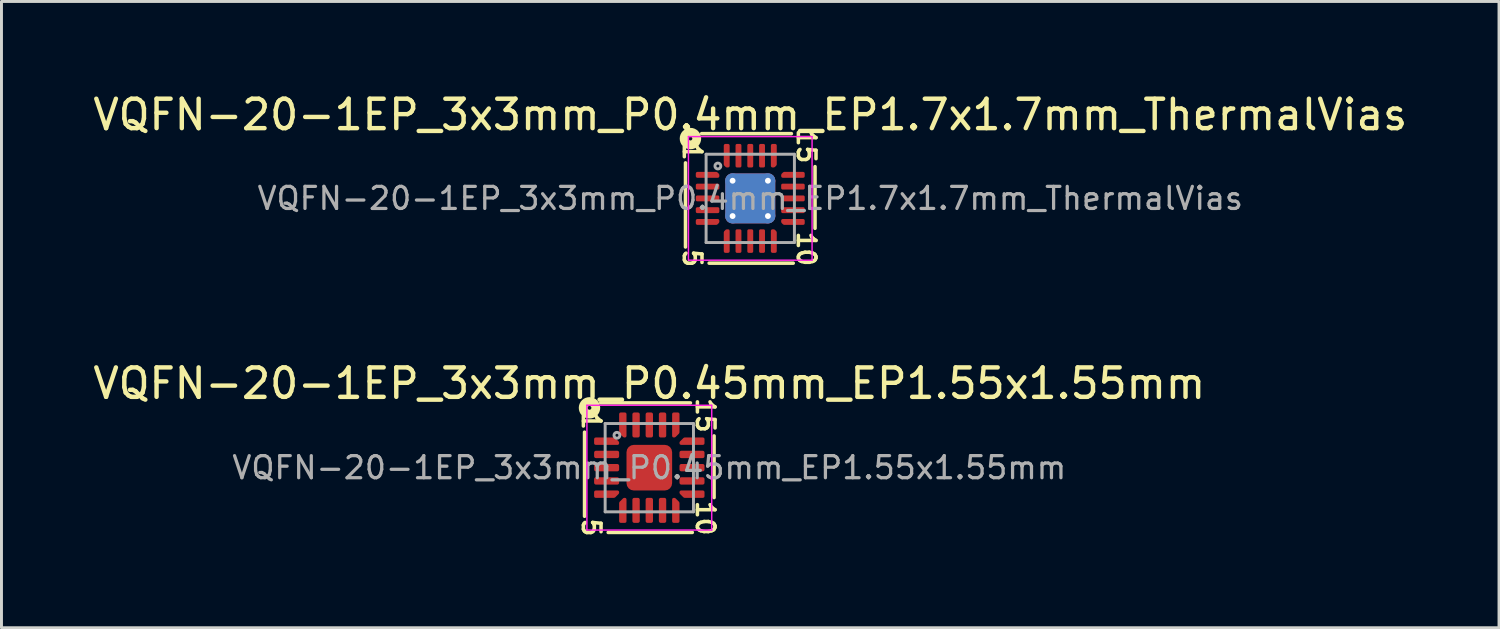
<source format=kicad_pcb>
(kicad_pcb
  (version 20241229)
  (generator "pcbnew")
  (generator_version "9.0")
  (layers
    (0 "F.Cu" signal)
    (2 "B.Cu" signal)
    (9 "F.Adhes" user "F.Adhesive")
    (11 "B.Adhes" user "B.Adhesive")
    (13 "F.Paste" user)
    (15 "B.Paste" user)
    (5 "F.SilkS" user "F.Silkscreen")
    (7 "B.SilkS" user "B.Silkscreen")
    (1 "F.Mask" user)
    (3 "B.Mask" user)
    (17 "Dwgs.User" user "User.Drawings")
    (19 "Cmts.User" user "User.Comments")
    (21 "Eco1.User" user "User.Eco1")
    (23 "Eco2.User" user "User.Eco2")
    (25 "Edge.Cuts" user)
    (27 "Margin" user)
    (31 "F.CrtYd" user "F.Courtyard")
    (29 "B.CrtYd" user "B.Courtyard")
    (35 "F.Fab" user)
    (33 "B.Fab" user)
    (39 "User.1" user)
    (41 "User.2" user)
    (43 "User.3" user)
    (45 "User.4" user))
  (footprint "VQFN-20-1EP_3x3mm_P0.4mm_EP1.7x1.7mm_ThermalVias"
    (layer "F.Cu")
    (at 22.435 3.689)
    (property "Reference" "VQFN-20-1EP_3x3mm_P0.4mm_EP1.7x1.7mm_ThermalVias" (at 0 -2.841 0) (layer "F.SilkS") (effects (font (size 1 1) (thickness 0.15))))
    (attr smd)
    (fp_line (start -2.2 -1.206) (end -2.2 1.651) (stroke (width 0.12) (type solid)) (layer "F.SilkS"))
    (fp_line (start -1.397 2.2) (end 1.46 2.2) (stroke (width 0.12) (type solid)) (layer "F.SilkS"))
    (fp_line (start 1.397 -2.2) (end -1.651 -2.2) (stroke (width 0.12) (type solid)) (layer "F.SilkS"))
    (fp_line (start 2.2 1.016) (end 2.2 -1.079) (stroke (width 0.12) (type solid)) (layer "F.SilkS"))
    (fp_circle (center -2.032 -2.032) (end -1.968 -2.032) (stroke (width 0.3) (type solid)) (fill no) (layer "F.SilkS"))
    (fp_line (start -2.1 -2.1) (end -2.1 2.1) (stroke (width 0.05) (type solid)) (layer "F.CrtYd"))
    (fp_line (start -2.1 2.1) (end 2.1 2.1) (stroke (width 0.05) (type solid)) (layer "F.CrtYd"))
    (fp_line (start 2.1 -2.1) (end -2.1 -2.1) (stroke (width 0.05) (type solid)) (layer "F.CrtYd"))
    (fp_line (start 2.1 2.1) (end 2.1 -2.1) (stroke (width 0.05) (type solid)) (layer "F.CrtYd"))
    (fp_line (start -1.5 -1.5) (end 1.5 -1.5) (stroke (width 0.1) (type solid)) (layer "F.Fab"))
    (fp_line (start -1.5 1.5) (end -1.5 -1.5) (stroke (width 0.1) (type solid)) (layer "F.Fab"))
    (fp_line (start 1.5 -1.5) (end 1.5 1.5) (stroke (width 0.1) (type solid)) (layer "F.Fab"))
    (fp_line (start 1.5 1.5) (end -1.5 1.5) (stroke (width 0.1) (type solid)) (layer "F.Fab"))
    (fp_circle (center -1.1 -1.1) (end -1 -1.1) (stroke (width 0.1) (type solid)) (fill no) (layer "F.Fab"))
    (fp_text user "10" (at 1.905 1.714 270) (unlocked yes) (layer "F.SilkS") (effects (font (size 0.6 0.6) (thickness 0.12))))
    (fp_text user "1" (at -1.968 -1.587 270) (unlocked yes) (layer "F.SilkS") (effects (font (size 0.6 0.6) (thickness 0.12))))
    (fp_text user "15" (at 1.905 -1.778 270) (unlocked yes) (layer "F.SilkS") (effects (font (size 0.6 0.6) (thickness 0.12))))
    (fp_text user "5" (at -1.968 2.032 270) (unlocked yes) (layer "F.SilkS") (effects (font (size 0.6 0.6) (thickness 0.12))))
    (fp_text user "${REFERENCE}" (at 0 0 0) (layer "F.Fab") (effects (font (size 0.75 0.75) (thickness 0.11))))
    (pad "" smd roundrect (at -0.425 -0.425) (size 0.74 0.74) (layers "F.Paste") (roundrect_rratio 0.25))
    (pad "" smd roundrect (at -0.425 0.425) (size 0.74 0.74) (layers "F.Paste") (roundrect_rratio 0.25))
    (pad "" smd roundrect (at 0.425 -0.425) (size 0.74 0.74) (layers "F.Paste") (roundrect_rratio 0.25))
    (pad "" smd roundrect (at 0.425 0.425) (size 0.74 0.74) (layers "F.Paste") (roundrect_rratio 0.25))
    (pad "1" smd custom (at -1.45 -0.8) (size 0.143 0.143) (layers "F.Cu" "F.Mask" "F.Paste") (options (anchor circle)) (primitives (gr_poly (pts (xy 0.35 0.001) (xy 0.35 0.05) (xy -0.35 0.05) (xy -0.35 -0.05) (xy 0.299 -0.05)) (width 0.1) (fill yes))))
    (pad "2" smd roundrect (at -1.45 -0.4) (size 0.8 0.2) (layers "F.Cu" "F.Mask" "F.Paste") (roundrect_rratio 0.25))
    (pad "3" smd roundrect (at -1.45 0) (size 0.8 0.2) (layers "F.Cu" "F.Mask" "F.Paste") (roundrect_rratio 0.25))
    (pad "4" smd roundrect (at -1.45 0.4) (size 0.8 0.2) (layers "F.Cu" "F.Mask" "F.Paste") (roundrect_rratio 0.25))
    (pad "5" smd custom (at -1.45 0.8) (size 0.143 0.143) (layers "F.Cu" "F.Mask" "F.Paste") (options (anchor circle)) (primitives (gr_poly (pts (xy 0.35 -0.001) (xy 0.299 0.05) (xy -0.35 0.05) (xy -0.35 -0.05) (xy 0.35 -0.05)) (width 0.1) (fill yes))))
    (pad "6" smd custom (at -0.8 1.45) (size 0.143 0.143) (layers "F.Cu" "F.Mask" "F.Paste") (options (anchor circle)) (primitives (gr_poly (pts (xy 0.05 0.35) (xy -0.05 0.35) (xy -0.05 -0.299) (xy 0.001 -0.35) (xy 0.05 -0.35)) (width 0.1) (fill yes))))
    (pad "7" smd roundrect (at -0.4 1.45) (size 0.2 0.8) (layers "F.Cu" "F.Mask" "F.Paste") (roundrect_rratio 0.25))
    (pad "8" smd roundrect (at 0 1.45) (size 0.2 0.8) (layers "F.Cu" "F.Mask" "F.Paste") (roundrect_rratio 0.25))
    (pad "9" smd roundrect (at 0.4 1.45) (size 0.2 0.8) (layers "F.Cu" "F.Mask" "F.Paste") (roundrect_rratio 0.25))
    (pad "10" smd custom (at 0.8 1.45) (size 0.143 0.143) (layers "F.Cu" "F.Mask" "F.Paste") (options (anchor circle)) (primitives (gr_poly (pts (xy 0.05 -0.299) (xy 0.05 0.35) (xy -0.05 0.35) (xy -0.05 -0.35) (xy -0.001 -0.35)) (width 0.1) (fill yes))))
    (pad "11" smd custom (at 1.45 0.8) (size 0.143 0.143) (layers "F.Cu" "F.Mask" "F.Paste") (options (anchor circle)) (primitives (gr_poly (pts (xy 0.35 0.05) (xy -0.299 0.05) (xy -0.35 -0.001) (xy -0.35 -0.05) (xy 0.35 -0.05)) (width 0.1) (fill yes))))
    (pad "12" smd roundrect (at 1.45 0.4) (size 0.8 0.2) (layers "F.Cu" "F.Mask" "F.Paste") (roundrect_rratio 0.25))
    (pad "13" smd roundrect (at 1.45 0) (size 0.8 0.2) (layers "F.Cu" "F.Mask" "F.Paste") (roundrect_rratio 0.25))
    (pad "14" smd roundrect (at 1.45 -0.4) (size 0.8 0.2) (layers "F.Cu" "F.Mask" "F.Paste") (roundrect_rratio 0.25))
    (pad "15" smd custom (at 1.45 -0.8) (size 0.143 0.143) (layers "F.Cu" "F.Mask" "F.Paste") (options (anchor circle)) (primitives (gr_poly (pts (xy 0.35 0.05) (xy -0.35 0.05) (xy -0.35 0.001) (xy -0.299 -0.05) (xy 0.35 -0.05)) (width 0.1) (fill yes))))
    (pad "16" smd custom (at 0.8 -1.45) (size 0.143 0.143) (layers "F.Cu" "F.Mask" "F.Paste") (options (anchor circle)) (primitives (gr_poly (pts (xy 0.05 0.299) (xy -0.001 0.35) (xy -0.05 0.35) (xy -0.05 -0.35) (xy 0.05 -0.35)) (width 0.1) (fill yes))))
    (pad "17" smd roundrect (at 0.4 -1.45) (size 0.2 0.8) (layers "F.Cu" "F.Mask" "F.Paste") (roundrect_rratio 0.25))
    (pad "18" smd roundrect (at 0 -1.45) (size 0.2 0.8) (layers "F.Cu" "F.Mask" "F.Paste") (roundrect_rratio 0.25))
    (pad "19" smd roundrect (at -0.4 -1.45) (size 0.2 0.8) (layers "F.Cu" "F.Mask" "F.Paste") (roundrect_rratio 0.25))
    (pad "20" smd custom (at -0.8 -1.45) (size 0.143 0.143) (layers "F.Cu" "F.Mask" "F.Paste") (options (anchor circle)) (primitives (gr_poly (pts (xy 0.05 0.35) (xy 0.001 0.35) (xy -0.05 0.299) (xy -0.05 -0.35) (xy 0.05 -0.35)) (width 0.1) (fill yes))))
    (pad "21" thru_hole circle (at -0.6 -0.6) (size 0.5 0.5) (drill 0.2) (property pad_prop_heatsink) (layers "*.Cu"))
    (pad "21" thru_hole circle (at -0.6 0.6) (size 0.5 0.5) (drill 0.2) (property pad_prop_heatsink) (layers "*.Cu"))
    (pad "21" smd roundrect (at 0 0) (size 1.7 1.7) (layers "F.Cu" "F.Mask") (roundrect_rratio 0.147))
    (pad "21" smd roundrect (at 0 0) (size 1.7 1.7) (layers "B.Cu" "B.Mask") (roundrect_rratio 0.147))
    (pad "21" thru_hole circle (at 0.6 -0.6) (size 0.5 0.5) (drill 0.2) (property pad_prop_heatsink) (layers "*.Cu"))
    (pad "21" thru_hole circle (at 0.6 0.6) (size 0.5 0.5) (drill 0.2) (property pad_prop_heatsink) (layers "*.Cu")))
  (footprint "VQFN-20-1EP_3x3mm_P0.45mm_EP1.55x1.55mm"
    (layer "F.Cu")
    (at 19.006 12.836)
    (property "Reference" "VQFN-20-1EP_3x3mm_P0.45mm_EP1.55x1.55mm" (at 0 -2.861 0) (layer "F.SilkS") (effects (font (size 1 1) (thickness 0.15))))
    (attr smd)
    (fp_line (start -2.2 -1.206) (end -2.2 1.651) (stroke (width 0.12) (type solid)) (layer "F.SilkS"))
    (fp_line (start -1.397 2.2) (end 1.46 2.2) (stroke (width 0.12) (type solid)) (layer "F.SilkS"))
    (fp_line (start 1.397 -2.2) (end -1.651 -2.2) (stroke (width 0.12) (type solid)) (layer "F.SilkS"))
    (fp_line (start 2.2 1.016) (end 2.2 -1.079) (stroke (width 0.12) (type solid)) (layer "F.SilkS"))
    (fp_circle (center -2.032 -2.032) (end -1.968 -2.032) (stroke (width 0.3) (type solid)) (fill no) (layer "F.SilkS"))
    (fp_line (start -2.12 -2.12) (end -2.12 2.12) (stroke (width 0.05) (type solid)) (layer "F.CrtYd"))
    (fp_line (start -2.12 2.12) (end 2.12 2.12) (stroke (width 0.05) (type solid)) (layer "F.CrtYd"))
    (fp_line (start 2.12 -2.12) (end -2.12 -2.12) (stroke (width 0.05) (type solid)) (layer "F.CrtYd"))
    (fp_line (start 2.12 2.12) (end 2.12 -2.12) (stroke (width 0.05) (type solid)) (layer "F.CrtYd"))
    (fp_line (start -1.5 -1.5) (end 1.5 -1.5) (stroke (width 0.1) (type solid)) (layer "F.Fab"))
    (fp_line (start -1.5 1.5) (end -1.5 -1.5) (stroke (width 0.1) (type solid)) (layer "F.Fab"))
    (fp_line (start 1.5 -1.5) (end 1.5 1.5) (stroke (width 0.1) (type solid)) (layer "F.Fab"))
    (fp_line (start 1.5 1.5) (end -1.5 1.5) (stroke (width 0.1) (type solid)) (layer "F.Fab"))
    (fp_circle (center -1.1 -1.1) (end -1 -1.1) (stroke (width 0.1) (type solid)) (fill no) (layer "F.Fab"))
    (fp_text user "10" (at 1.905 1.714 270) (unlocked yes) (layer "F.SilkS") (effects (font (size 0.6 0.6) (thickness 0.12))))
    (fp_text user "15" (at 1.905 -1.778 270) (unlocked yes) (layer "F.SilkS") (effects (font (size 0.6 0.6) (thickness 0.12))))
    (fp_text user "5" (at -1.968 2.032 270) (unlocked yes) (layer "F.SilkS") (effects (font (size 0.6 0.6) (thickness 0.12))))
    (fp_text user "1" (at -1.968 -1.587 270) (unlocked yes) (layer "F.SilkS") (effects (font (size 0.6 0.6) (thickness 0.12))))
    (fp_text user "${REFERENCE}" (at 0 0 0) (layer "F.Fab") (effects (font (size 0.75 0.75) (thickness 0.11))))
    (pad "" smd roundrect (at -0.39 -0.39) (size 0.62 0.62) (layers "F.Paste") (roundrect_rratio 0.25))
    (pad "" smd roundrect (at -0.39 0.39) (size 0.62 0.62) (layers "F.Paste") (roundrect_rratio 0.25))
    (pad "" smd roundrect (at 0.39 -0.39) (size 0.62 0.62) (layers "F.Paste") (roundrect_rratio 0.25))
    (pad "" smd roundrect (at 0.39 0.39) (size 0.62 0.62) (layers "F.Paste") (roundrect_rratio 0.25))
    (pad "1" smd custom (at -1.45 -0.9) (size 0.144 0.144) (layers "F.Cu" "F.Mask" "F.Paste") (options (anchor circle)) (primitives (gr_poly (pts (xy 0.375 0.046) (xy 0.375 0.075) (xy -0.375 0.075) (xy -0.375 -0.075) (xy 0.254 -0.075)) (width 0.1) (fill yes))))
    (pad "2" smd roundrect (at -1.45 -0.45) (size 0.85 0.25) (layers "F.Cu" "F.Mask" "F.Paste") (roundrect_rratio 0.25))
    (pad "3" smd roundrect (at -1.45 0) (size 0.85 0.25) (layers "F.Cu" "F.Mask" "F.Paste") (roundrect_rratio 0.25))
    (pad "4" smd roundrect (at -1.45 0.45) (size 0.85 0.25) (layers "F.Cu" "F.Mask" "F.Paste") (roundrect_rratio 0.25))
    (pad "5" smd custom (at -1.45 0.9) (size 0.144 0.144) (layers "F.Cu" "F.Mask" "F.Paste") (options (anchor circle)) (primitives (gr_poly (pts (xy 0.375 -0.046) (xy 0.254 0.075) (xy -0.375 0.075) (xy -0.375 -0.075) (xy 0.375 -0.075)) (width 0.1) (fill yes))))
    (pad "6" smd custom (at -0.9 1.45) (size 0.144 0.144) (layers "F.Cu" "F.Mask" "F.Paste") (options (anchor circle)) (primitives (gr_poly (pts (xy 0.075 0.375) (xy -0.075 0.375) (xy -0.075 -0.254) (xy 0.046 -0.375) (xy 0.075 -0.375)) (width 0.1) (fill yes))))
    (pad "7" smd roundrect (at -0.45 1.45) (size 0.25 0.85) (layers "F.Cu" "F.Mask" "F.Paste") (roundrect_rratio 0.25))
    (pad "8" smd roundrect (at 0 1.45) (size 0.25 0.85) (layers "F.Cu" "F.Mask" "F.Paste") (roundrect_rratio 0.25))
    (pad "9" smd roundrect (at 0.45 1.45) (size 0.25 0.85) (layers "F.Cu" "F.Mask" "F.Paste") (roundrect_rratio 0.25))
    (pad "10" smd custom (at 0.9 1.45) (size 0.144 0.144) (layers "F.Cu" "F.Mask" "F.Paste") (options (anchor circle)) (primitives (gr_poly (pts (xy 0.075 -0.254) (xy 0.075 0.375) (xy -0.075 0.375) (xy -0.075 -0.375) (xy -0.046 -0.375)) (width 0.1) (fill yes))))
    (pad "11" smd custom (at 1.45 0.9) (size 0.144 0.144) (layers "F.Cu" "F.Mask" "F.Paste") (options (anchor circle)) (primitives (gr_poly (pts (xy 0.375 0.075) (xy -0.254 0.075) (xy -0.375 -0.046) (xy -0.375 -0.075) (xy 0.375 -0.075)) (width 0.1) (fill yes))))
    (pad "12" smd roundrect (at 1.45 0.45) (size 0.85 0.25) (layers "F.Cu" "F.Mask" "F.Paste") (roundrect_rratio 0.25))
    (pad "13" smd roundrect (at 1.45 0) (size 0.85 0.25) (layers "F.Cu" "F.Mask" "F.Paste") (roundrect_rratio 0.25))
    (pad "14" smd roundrect (at 1.45 -0.45) (size 0.85 0.25) (layers "F.Cu" "F.Mask" "F.Paste") (roundrect_rratio 0.25))
    (pad "15" smd custom (at 1.45 -0.9) (size 0.144 0.144) (layers "F.Cu" "F.Mask" "F.Paste") (options (anchor circle)) (primitives (gr_poly (pts (xy 0.375 0.075) (xy -0.375 0.075) (xy -0.375 0.046) (xy -0.254 -0.075) (xy 0.375 -0.075)) (width 0.1) (fill yes))))
    (pad "16" smd custom (at 0.9 -1.45) (size 0.144 0.144) (layers "F.Cu" "F.Mask" "F.Paste") (options (anchor circle)) (primitives (gr_poly (pts (xy 0.075 0.254) (xy -0.046 0.375) (xy -0.075 0.375) (xy -0.075 -0.375) (xy 0.075 -0.375)) (width 0.1) (fill yes))))
    (pad "17" smd roundrect (at 0.45 -1.45) (size 0.25 0.85) (layers "F.Cu" "F.Mask" "F.Paste") (roundrect_rratio 0.25))
    (pad "18" smd roundrect (at 0 -1.45) (size 0.25 0.85) (layers "F.Cu" "F.Mask" "F.Paste") (roundrect_rratio 0.25))
    (pad "19" smd roundrect (at -0.45 -1.45) (size 0.25 0.85) (layers "F.Cu" "F.Mask" "F.Paste") (roundrect_rratio 0.25))
    (pad "20" smd custom (at -0.9 -1.45) (size 0.144 0.144) (layers "F.Cu" "F.Mask" "F.Paste") (options (anchor circle)) (primitives (gr_poly (pts (xy 0.075 0.375) (xy 0.046 0.375) (xy -0.075 0.254) (xy -0.075 -0.375) (xy 0.075 -0.375)) (width 0.1) (fill yes))))
    (pad "21" smd roundrect (at 0 0) (size 1.55 1.55) (layers "F.Cu" "F.Mask") (roundrect_rratio 0.161)))
  (gr_rect
    (start -3 -3)
    (end 47.869 18.274)
    (stroke (width 0.1) (type default))
    (fill no)
    (layer "Edge.Cuts")))
</source>
